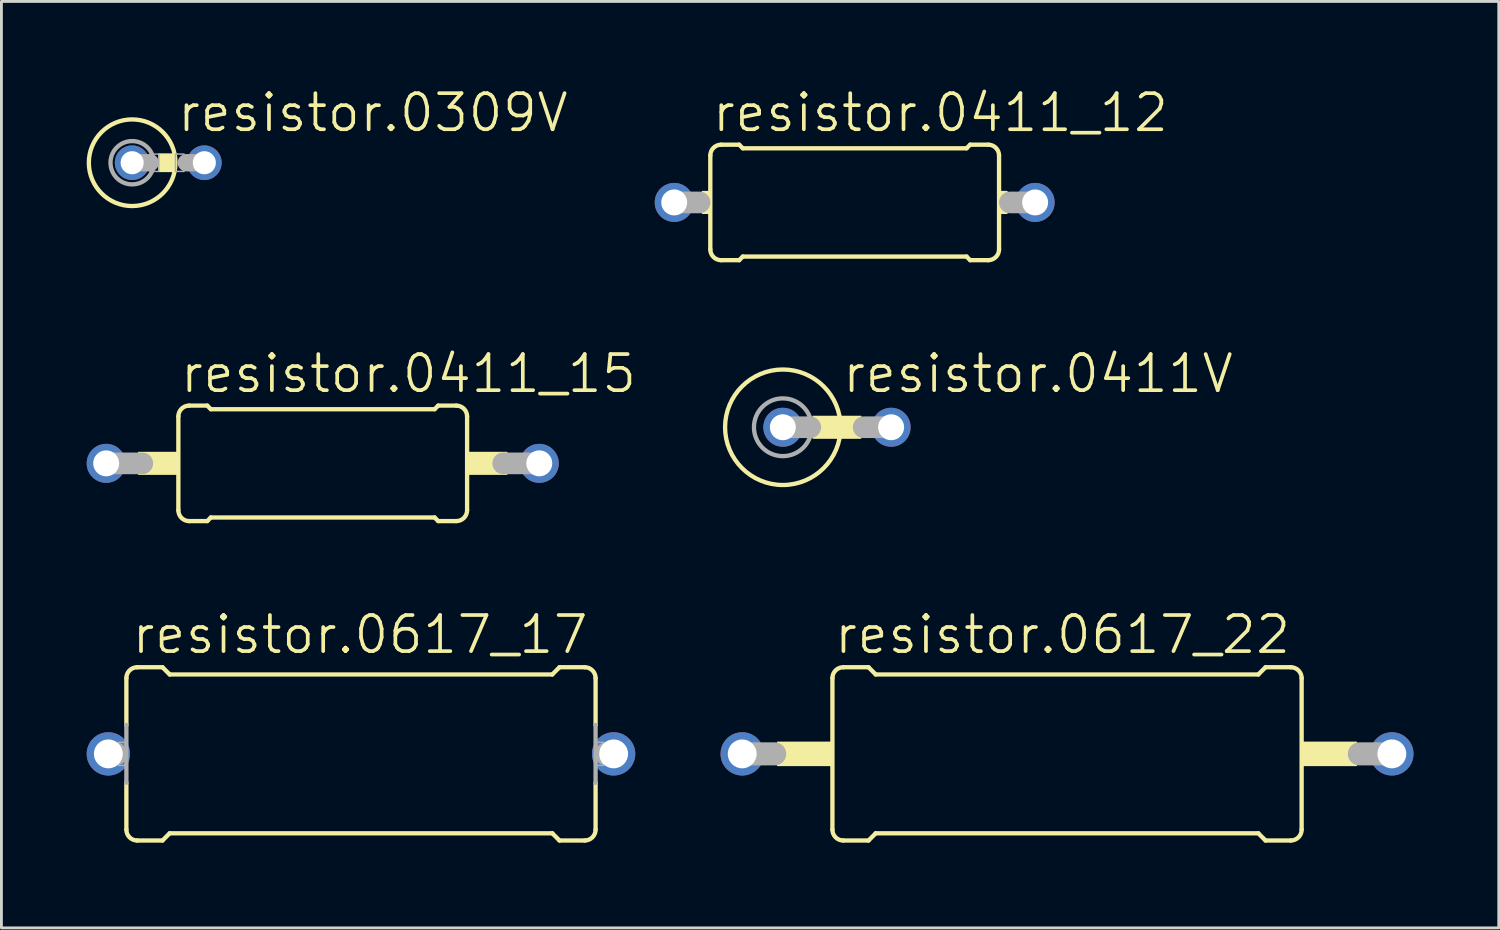
<source format=kicad_pcb>
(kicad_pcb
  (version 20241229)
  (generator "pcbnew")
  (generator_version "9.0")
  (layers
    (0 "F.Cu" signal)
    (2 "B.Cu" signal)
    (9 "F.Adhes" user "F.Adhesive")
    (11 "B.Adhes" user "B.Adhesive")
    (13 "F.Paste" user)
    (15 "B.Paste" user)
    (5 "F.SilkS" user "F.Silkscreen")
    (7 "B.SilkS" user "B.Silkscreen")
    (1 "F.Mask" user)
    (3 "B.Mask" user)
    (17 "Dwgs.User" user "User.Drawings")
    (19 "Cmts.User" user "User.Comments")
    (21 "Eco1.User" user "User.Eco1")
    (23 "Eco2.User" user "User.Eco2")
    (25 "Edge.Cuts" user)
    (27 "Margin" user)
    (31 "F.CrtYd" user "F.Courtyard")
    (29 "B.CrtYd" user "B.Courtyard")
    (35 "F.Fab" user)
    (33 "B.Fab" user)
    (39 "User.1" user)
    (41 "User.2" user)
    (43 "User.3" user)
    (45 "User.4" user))
  (footprint "resistor.0309V"
    (layer "F.Cu")
    (at 2.87 2.676)
    (property "Reference" "resistor.0309V" (at 0.254 -1.016 0) (layer "F.SilkS") (effects (font (size 1.27 1.27) (thickness 0.13)) (justify left bottom)))
    (attr through_hole)
    (fp_rect (start -0.33 0.305) (end 0.254 -0.305) (stroke (width 0.05) (type default)) (fill yes) (layer "F.SilkS"))
    (fp_circle (center -1.27 0) (end 0.254 0) (stroke (width 0.152) (type default)) (fill no) (layer "F.SilkS"))
    (fp_line (start -0.635 0) (end -1.27 0) (stroke (width 0.61) (type default)) (layer "F.Fab"))
    (fp_line (start 1.27 0) (end 0.635 0) (stroke (width 0.61) (type default)) (layer "F.Fab"))
    (fp_rect (start -0.635 0.305) (end -0.33 -0.305) (stroke (width 0.05) (type default)) (fill no) (layer "F.Fab"))
    (fp_rect (start 0.254 0.305) (end 0.559 -0.305) (stroke (width 0.05) (type default)) (fill no) (layer "F.Fab"))
    (fp_circle (center -1.27 0) (end -0.508 0) (stroke (width 0.152) (type default)) (fill no) (layer "F.Fab"))
    (pad "1" thru_hole circle (at -1.27 0) (size 1.219 1.219) (drill 0.813) (layers "*.Cu" "*.Mask"))
    (pad "2" thru_hole circle (at 1.27 0) (size 1.219 1.219) (drill 0.813) (layers "*.Cu" "*.Mask")))
  (footprint "resistor.0617_22"
    (layer "F.Cu")
    (at 34.496 23.477)
    (property "Reference" "resistor.0617_22" (at -8.255 -3.454 0) (layer "F.SilkS") (effects (font (size 1.27 1.27) (thickness 0.13)) (justify left bottom)))
    (attr through_hole)
    (fp_line (start -8.255 2.667) (end -8.255 -2.667) (stroke (width 0.152) (type default)) (layer "F.SilkS"))
    (fp_line (start -7.874 -3.048) (end -6.985 -3.048) (stroke (width 0.152) (type default)) (layer "F.SilkS"))
    (fp_line (start -7.874 3.048) (end -6.985 3.048) (stroke (width 0.152) (type default)) (layer "F.SilkS"))
    (fp_line (start -6.731 -2.794) (end -6.985 -3.048) (stroke (width 0.152) (type default)) (layer "F.SilkS"))
    (fp_line (start -6.731 2.794) (end -6.985 3.048) (stroke (width 0.152) (type default)) (layer "F.SilkS"))
    (fp_line (start 6.731 -2.794) (end -6.731 -2.794) (stroke (width 0.152) (type default)) (layer "F.SilkS"))
    (fp_line (start 6.731 -2.794) (end 6.985 -3.048) (stroke (width 0.152) (type default)) (layer "F.SilkS"))
    (fp_line (start 6.731 2.794) (end -6.731 2.794) (stroke (width 0.152) (type default)) (layer "F.SilkS"))
    (fp_line (start 6.731 2.794) (end 6.985 3.048) (stroke (width 0.152) (type default)) (layer "F.SilkS"))
    (fp_line (start 7.874 -3.048) (end 6.985 -3.048) (stroke (width 0.152) (type default)) (layer "F.SilkS"))
    (fp_line (start 7.874 3.048) (end 6.985 3.048) (stroke (width 0.152) (type default)) (layer "F.SilkS"))
    (fp_line (start 8.255 2.667) (end 8.255 -2.667) (stroke (width 0.152) (type default)) (layer "F.SilkS"))
    (fp_rect (start -10.185 0.406) (end -8.255 -0.406) (stroke (width 0.05) (type default)) (fill yes) (layer "F.SilkS"))
    (fp_rect (start 8.255 0.406) (end 10.185 -0.406) (stroke (width 0.05) (type default)) (fill yes) (layer "F.SilkS"))
    (fp_arc (start -8.255 -2.667) (mid -8.143408 -2.936408) (end -7.874 -3.048) (stroke (width 0.1524) (type default)) (layer "F.SilkS"))
    (fp_arc (start -7.874 3.048) (mid -8.143408 2.936408) (end -8.255 2.667) (stroke (width 0.1524) (type default)) (layer "F.SilkS"))
    (fp_arc (start 7.874 -3.048) (mid 8.143408 -2.936408) (end 8.255 -2.667) (stroke (width 0.1524) (type default)) (layer "F.SilkS"))
    (fp_arc (start 8.255 2.667) (mid 8.143408 2.936408) (end 7.874 3.048) (stroke (width 0.1524) (type default)) (layer "F.SilkS"))
    (fp_line (start -10.287 0) (end -11.43 0) (stroke (width 0.813) (type default)) (layer "F.Fab"))
    (fp_line (start 11.43 0) (end 10.287 0) (stroke (width 0.813) (type default)) (layer "F.Fab"))
    (pad "1" thru_hole circle (at -11.43 0) (size 1.524 1.524) (drill 1.016) (layers "*.Cu" "*.Mask"))
    (pad "2" thru_hole circle (at 11.43 0) (size 1.524 1.524) (drill 1.016) (layers "*.Cu" "*.Mask")))
  (footprint "resistor.0411V"
    (layer "F.Cu")
    (at 27.036 11.984)
    (property "Reference" "resistor.0411V" (at -0.508 -1.143 0) (layer "F.SilkS") (effects (font (size 1.27 1.27) (thickness 0.13)) (justify left bottom)))
    (attr through_hole)
    (fp_rect (start -1.473 0.381) (end 0.203 -0.381) (stroke (width 0.05) (type default)) (fill yes) (layer "F.SilkS"))
    (fp_circle (center -2.54 0) (end -0.508 0) (stroke (width 0.152) (type default)) (fill no) (layer "F.SilkS"))
    (fp_line (start -1.575 0) (end -2.54 0) (stroke (width 0.762) (type default)) (layer "F.Fab"))
    (fp_line (start 1.27 0) (end 0.305 0) (stroke (width 0.762) (type default)) (layer "F.Fab"))
    (fp_circle (center -2.54 0) (end -1.524 0) (stroke (width 0.152) (type default)) (fill no) (layer "F.Fab"))
    (pad "1" thru_hole circle (at -2.54 0) (size 1.372 1.372) (drill 0.914) (layers "*.Cu" "*.Mask"))
    (pad "2" thru_hole circle (at 1.27 0) (size 1.372 1.372) (drill 0.914) (layers "*.Cu" "*.Mask")))
  (footprint "resistor.0617_17"
    (layer "F.Cu")
    (at 9.652 23.477)
    (property "Reference" "resistor.0617_17" (at -8.128 -3.454 0) (layer "F.SilkS") (effects (font (size 1.27 1.27) (thickness 0.13)) (justify left bottom)))
    (attr through_hole)
    (fp_line (start -8.255 -1.016) (end -8.255 -2.667) (stroke (width 0.152) (type default)) (layer "F.SilkS"))
    (fp_line (start -8.255 2.667) (end -8.255 1.016) (stroke (width 0.152) (type default)) (layer "F.SilkS"))
    (fp_line (start -7.874 -3.048) (end -6.985 -3.048) (stroke (width 0.152) (type default)) (layer "F.SilkS"))
    (fp_line (start -7.874 3.048) (end -6.985 3.048) (stroke (width 0.152) (type default)) (layer "F.SilkS"))
    (fp_line (start -6.731 -2.794) (end -6.985 -3.048) (stroke (width 0.152) (type default)) (layer "F.SilkS"))
    (fp_line (start -6.731 2.794) (end -6.985 3.048) (stroke (width 0.152) (type default)) (layer "F.SilkS"))
    (fp_line (start 6.731 -2.794) (end -6.731 -2.794) (stroke (width 0.152) (type default)) (layer "F.SilkS"))
    (fp_line (start 6.731 -2.794) (end 6.985 -3.048) (stroke (width 0.152) (type default)) (layer "F.SilkS"))
    (fp_line (start 6.731 2.794) (end -6.731 2.794) (stroke (width 0.152) (type default)) (layer "F.SilkS"))
    (fp_line (start 6.731 2.794) (end 6.985 3.048) (stroke (width 0.152) (type default)) (layer "F.SilkS"))
    (fp_line (start 7.874 -3.048) (end 6.985 -3.048) (stroke (width 0.152) (type default)) (layer "F.SilkS"))
    (fp_line (start 7.874 3.048) (end 6.985 3.048) (stroke (width 0.152) (type default)) (layer "F.SilkS"))
    (fp_line (start 8.255 -1.016) (end 8.255 -2.667) (stroke (width 0.152) (type default)) (layer "F.SilkS"))
    (fp_line (start 8.255 2.667) (end 8.255 1.016) (stroke (width 0.152) (type default)) (layer "F.SilkS"))
    (fp_arc (start -8.255 -2.667) (mid -8.143408 -2.936408) (end -7.874 -3.048) (stroke (width 0.1524) (type default)) (layer "F.SilkS"))
    (fp_arc (start -7.874 3.048) (mid -8.143408 2.936408) (end -8.255 2.667) (stroke (width 0.1524) (type default)) (layer "F.SilkS"))
    (fp_arc (start 7.874 -3.048) (mid 8.143408 -2.936408) (end 8.255 -2.667) (stroke (width 0.1524) (type default)) (layer "F.SilkS"))
    (fp_arc (start 8.255 2.667) (mid 8.143408 2.936408) (end 7.874 3.048) (stroke (width 0.1524) (type default)) (layer "F.SilkS"))
    (fp_line (start -8.89 0) (end -8.636 0) (stroke (width 0.813) (type default)) (layer "F.Fab"))
    (fp_line (start -8.255 -1.016) (end -8.255 1.016) (stroke (width 0.152) (type default)) (layer "F.Fab"))
    (fp_line (start 8.255 -1.016) (end 8.255 1.016) (stroke (width 0.152) (type default)) (layer "F.Fab"))
    (fp_line (start 8.636 0) (end 8.89 0) (stroke (width 0.813) (type default)) (layer "F.Fab"))
    (fp_rect (start -8.534 0.406) (end -8.23 -0.406) (stroke (width 0.05) (type default)) (fill no) (layer "F.Fab"))
    (fp_rect (start 8.23 0.406) (end 8.534 -0.406) (stroke (width 0.05) (type default)) (fill no) (layer "F.Fab"))
    (pad "1" thru_hole circle (at -8.89 0) (size 1.524 1.524) (drill 1.016) (layers "*.Cu" "*.Mask"))
    (pad "2" thru_hole circle (at 8.89 0) (size 1.524 1.524) (drill 1.016) (layers "*.Cu" "*.Mask")))
  (footprint "resistor.0411_15"
    (layer "F.Cu")
    (at 8.306 13.254)
    (property "Reference" "resistor.0411_15" (at -5.08 -2.413 0) (layer "F.SilkS") (effects (font (size 1.27 1.27) (thickness 0.13)) (justify left bottom)))
    (attr through_hole)
    (fp_line (start -5.08 -1.651) (end -5.08 1.651) (stroke (width 0.152) (type default)) (layer "F.SilkS"))
    (fp_line (start -4.699 -2.032) (end -4.064 -2.032) (stroke (width 0.152) (type default)) (layer "F.SilkS"))
    (fp_line (start -4.699 2.032) (end -4.064 2.032) (stroke (width 0.152) (type default)) (layer "F.SilkS"))
    (fp_line (start -3.937 -1.905) (end -4.064 -2.032) (stroke (width 0.152) (type default)) (layer "F.SilkS"))
    (fp_line (start -3.937 -1.905) (end 3.937 -1.905) (stroke (width 0.152) (type default)) (layer "F.SilkS"))
    (fp_line (start -3.937 1.905) (end -4.064 2.032) (stroke (width 0.152) (type default)) (layer "F.SilkS"))
    (fp_line (start -3.937 1.905) (end 3.937 1.905) (stroke (width 0.152) (type default)) (layer "F.SilkS"))
    (fp_line (start 3.937 -1.905) (end 4.064 -2.032) (stroke (width 0.152) (type default)) (layer "F.SilkS"))
    (fp_line (start 3.937 1.905) (end 4.064 2.032) (stroke (width 0.152) (type default)) (layer "F.SilkS"))
    (fp_line (start 4.699 -2.032) (end 4.064 -2.032) (stroke (width 0.152) (type default)) (layer "F.SilkS"))
    (fp_line (start 4.699 2.032) (end 4.064 2.032) (stroke (width 0.152) (type default)) (layer "F.SilkS"))
    (fp_line (start 5.08 1.651) (end 5.08 -1.651) (stroke (width 0.152) (type default)) (layer "F.SilkS"))
    (fp_rect (start -6.477 0.381) (end -5.08 -0.381) (stroke (width 0.05) (type default)) (fill yes) (layer "F.SilkS"))
    (fp_rect (start 5.08 0.381) (end 6.477 -0.381) (stroke (width 0.05) (type default)) (fill yes) (layer "F.SilkS"))
    (fp_arc (start -5.08 -1.651) (mid -4.968408 -1.920408) (end -4.699 -2.032) (stroke (width 0.1524) (type default)) (layer "F.SilkS"))
    (fp_arc (start -4.699 2.032) (mid -4.968408 1.920408) (end -5.08 1.651) (stroke (width 0.1524) (type default)) (layer "F.SilkS"))
    (fp_arc (start 4.699 -2.032) (mid 4.968408 -1.920408) (end 5.08 -1.651) (stroke (width 0.1524) (type default)) (layer "F.SilkS"))
    (fp_arc (start 5.08 1.651) (mid 4.968408 1.920408) (end 4.699 2.032) (stroke (width 0.1524) (type default)) (layer "F.SilkS"))
    (fp_line (start -7.62 0) (end -6.35 0) (stroke (width 0.762) (type default)) (layer "F.Fab"))
    (fp_line (start 6.35 0) (end 7.62 0) (stroke (width 0.762) (type default)) (layer "F.Fab"))
    (pad "1" thru_hole circle (at -7.62 0) (size 1.372 1.372) (drill 0.914) (layers "*.Cu" "*.Mask"))
    (pad "2" thru_hole circle (at 7.62 0) (size 1.372 1.372) (drill 0.914) (layers "*.Cu" "*.Mask")))
  (footprint "resistor.0411_12"
    (layer "F.Cu")
    (at 27.024 4.073)
    (property "Reference" "resistor.0411_12" (at -5.08 -2.413 0) (layer "F.SilkS") (effects (font (size 1.27 1.27) (thickness 0.13)) (justify left bottom)))
    (attr through_hole)
    (fp_line (start -5.08 -1.651) (end -5.08 1.651) (stroke (width 0.152) (type default)) (layer "F.SilkS"))
    (fp_line (start -4.699 -2.032) (end -4.064 -2.032) (stroke (width 0.152) (type default)) (layer "F.SilkS"))
    (fp_line (start -4.699 2.032) (end -4.064 2.032) (stroke (width 0.152) (type default)) (layer "F.SilkS"))
    (fp_line (start -3.937 -1.905) (end -4.064 -2.032) (stroke (width 0.152) (type default)) (layer "F.SilkS"))
    (fp_line (start -3.937 -1.905) (end 3.937 -1.905) (stroke (width 0.152) (type default)) (layer "F.SilkS"))
    (fp_line (start -3.937 1.905) (end -4.064 2.032) (stroke (width 0.152) (type default)) (layer "F.SilkS"))
    (fp_line (start -3.937 1.905) (end 3.937 1.905) (stroke (width 0.152) (type default)) (layer "F.SilkS"))
    (fp_line (start 3.937 -1.905) (end 4.064 -2.032) (stroke (width 0.152) (type default)) (layer "F.SilkS"))
    (fp_line (start 3.937 1.905) (end 4.064 2.032) (stroke (width 0.152) (type default)) (layer "F.SilkS"))
    (fp_line (start 4.699 -2.032) (end 4.064 -2.032) (stroke (width 0.152) (type default)) (layer "F.SilkS"))
    (fp_line (start 4.699 2.032) (end 4.064 2.032) (stroke (width 0.152) (type default)) (layer "F.SilkS"))
    (fp_line (start 5.08 1.651) (end 5.08 -1.651) (stroke (width 0.152) (type default)) (layer "F.SilkS"))
    (fp_rect (start -5.359 0.381) (end -5.08 -0.381) (stroke (width 0.05) (type default)) (fill yes) (layer "F.SilkS"))
    (fp_rect (start 5.08 0.381) (end 5.359 -0.381) (stroke (width 0.05) (type default)) (fill yes) (layer "F.SilkS"))
    (fp_arc (start -5.08 -1.651) (mid -4.968408 -1.920408) (end -4.699 -2.032) (stroke (width 0.1524) (type default)) (layer "F.SilkS"))
    (fp_arc (start -4.699 2.032) (mid -4.968408 1.920408) (end -5.08 1.651) (stroke (width 0.1524) (type default)) (layer "F.SilkS"))
    (fp_arc (start 4.699 -2.032) (mid 4.968408 -1.920408) (end 5.08 -1.651) (stroke (width 0.1524) (type default)) (layer "F.SilkS"))
    (fp_arc (start 5.08 1.651) (mid 4.968408 1.920408) (end 4.699 2.032) (stroke (width 0.1524) (type default)) (layer "F.SilkS"))
    (fp_line (start -6.35 0) (end -5.461 0) (stroke (width 0.762) (type default)) (layer "F.Fab"))
    (fp_line (start 6.35 0) (end 5.461 0) (stroke (width 0.762) (type default)) (layer "F.Fab"))
    (pad "1" thru_hole circle (at -6.35 0) (size 1.372 1.372) (drill 0.914) (layers "*.Cu" "*.Mask"))
    (pad "2" thru_hole circle (at 6.35 0) (size 1.372 1.372) (drill 0.914) (layers "*.Cu" "*.Mask")))
  (gr_rect
    (start -3 -3)
    (end 49.688 29.601)
    (stroke (width 0.1) (type default))
    (fill no)
    (layer "Edge.Cuts")))
</source>
